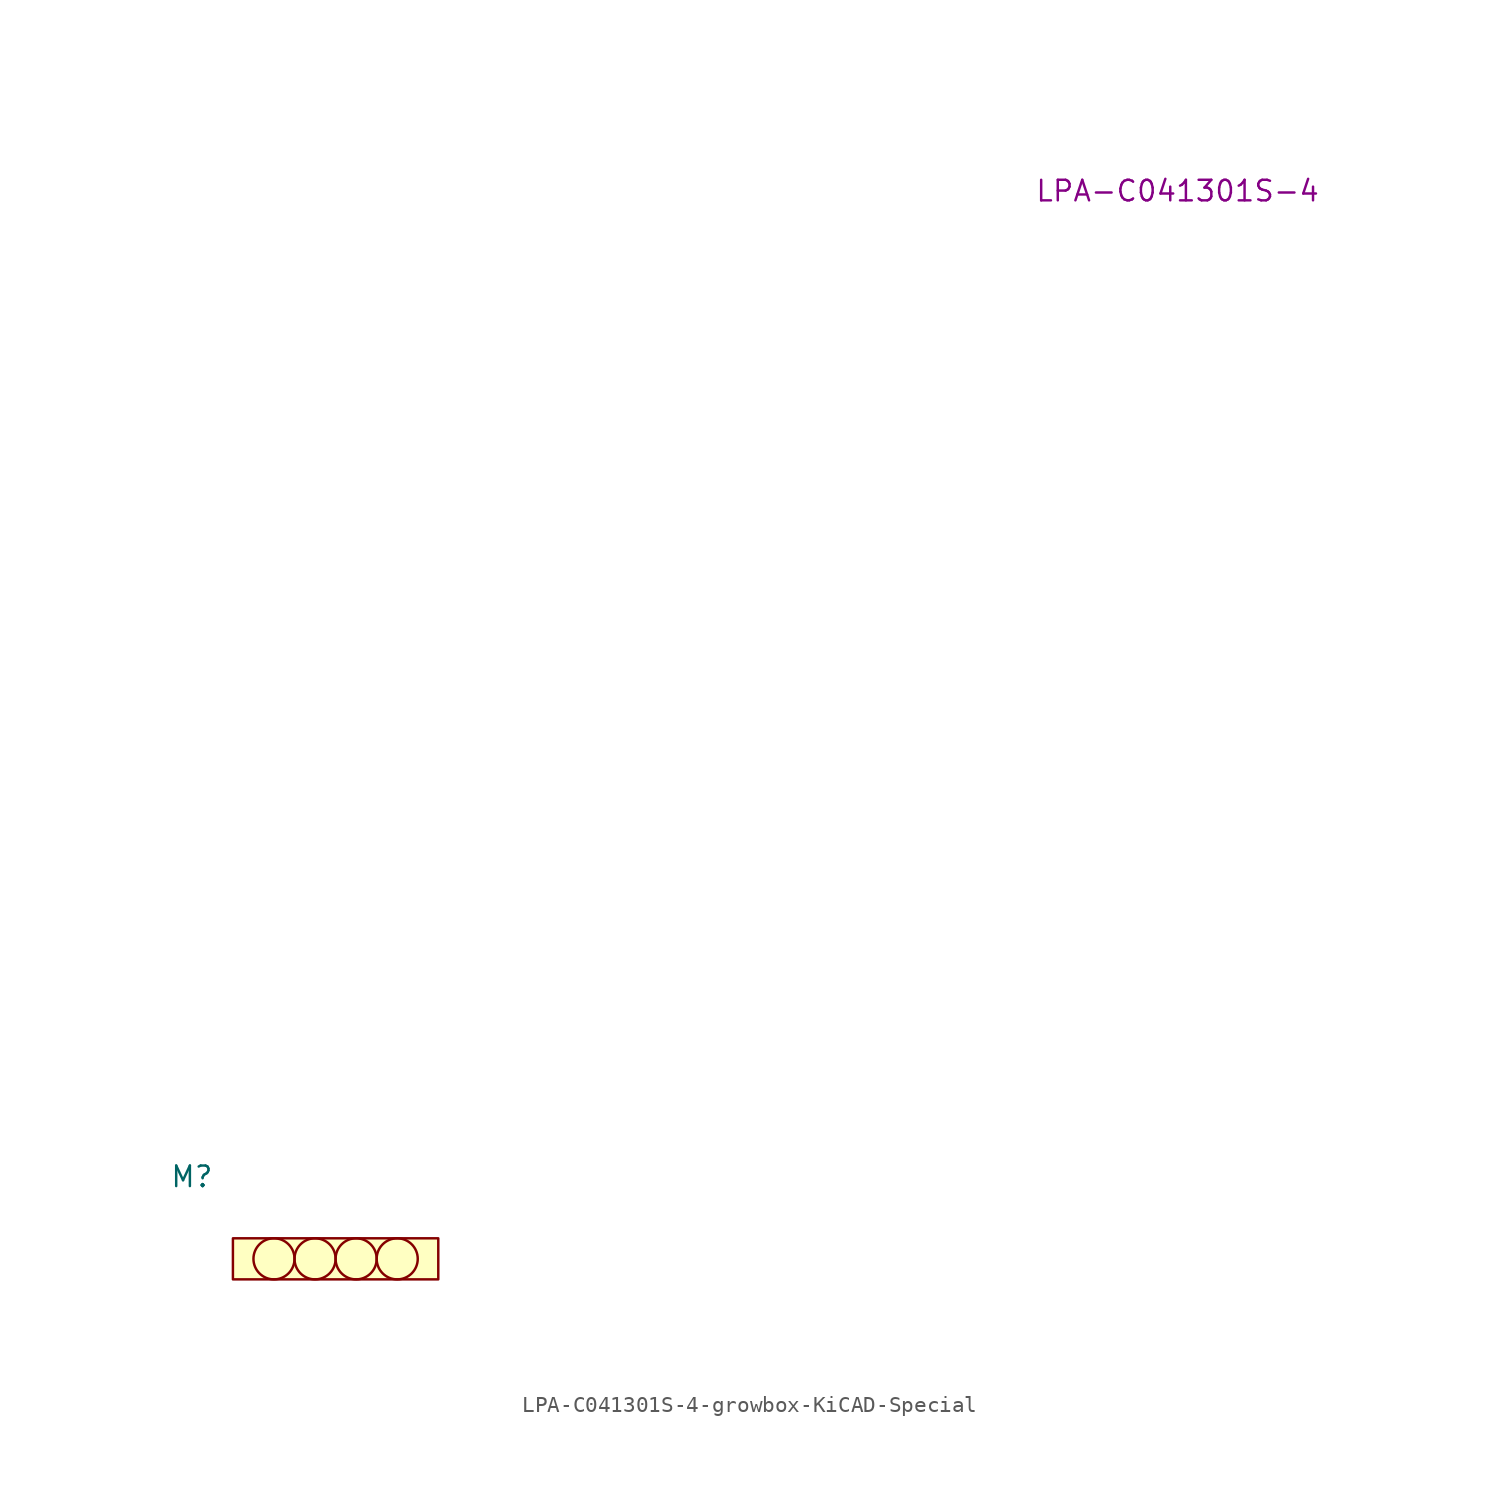
<source format=kicad_sym>
(kicad_symbol_lib
  (version 20231120)
  (generator "kicad_symbol_editor")
  (generator_version "8.0")
  (symbol "LPA-C041301S-4-growbox-KiCAD-Special"
    (pin_names
      (offset 1.016))
    (property "Reference" "M"
      (at -2.54 2.54 0)
      (effects (font (size 1.27 1.27))))
    (property "_Value_" "LPA-C041301S-4"
      (at 58.42 63.5 0)
      (effects (font (size 1.27 1.27))))
    (symbol "LPA-C041301S-4-growbox-KiCAD-Special_0_1"
      (rectangle (start 0 -1.27) (end 12.7 -3.81) (stroke (width 0) (type solid)) (fill (type background)))
      (circle (center 2.54 -2.54) (radius 1.27) (stroke (width 0) (type solid)) (fill (type none)))
      (circle (center 5.08 -2.54) (radius 1.27) (stroke (width 0) (type solid)) (fill (type none)))
      (circle (center 7.62 -2.54) (radius 1.27) (stroke (width 0) (type solid)) (fill (type none)))
      (circle (center 10.16 -2.54) (radius 1.27) (stroke (width 0) (type solid)) (fill (type none))))))
</source>
